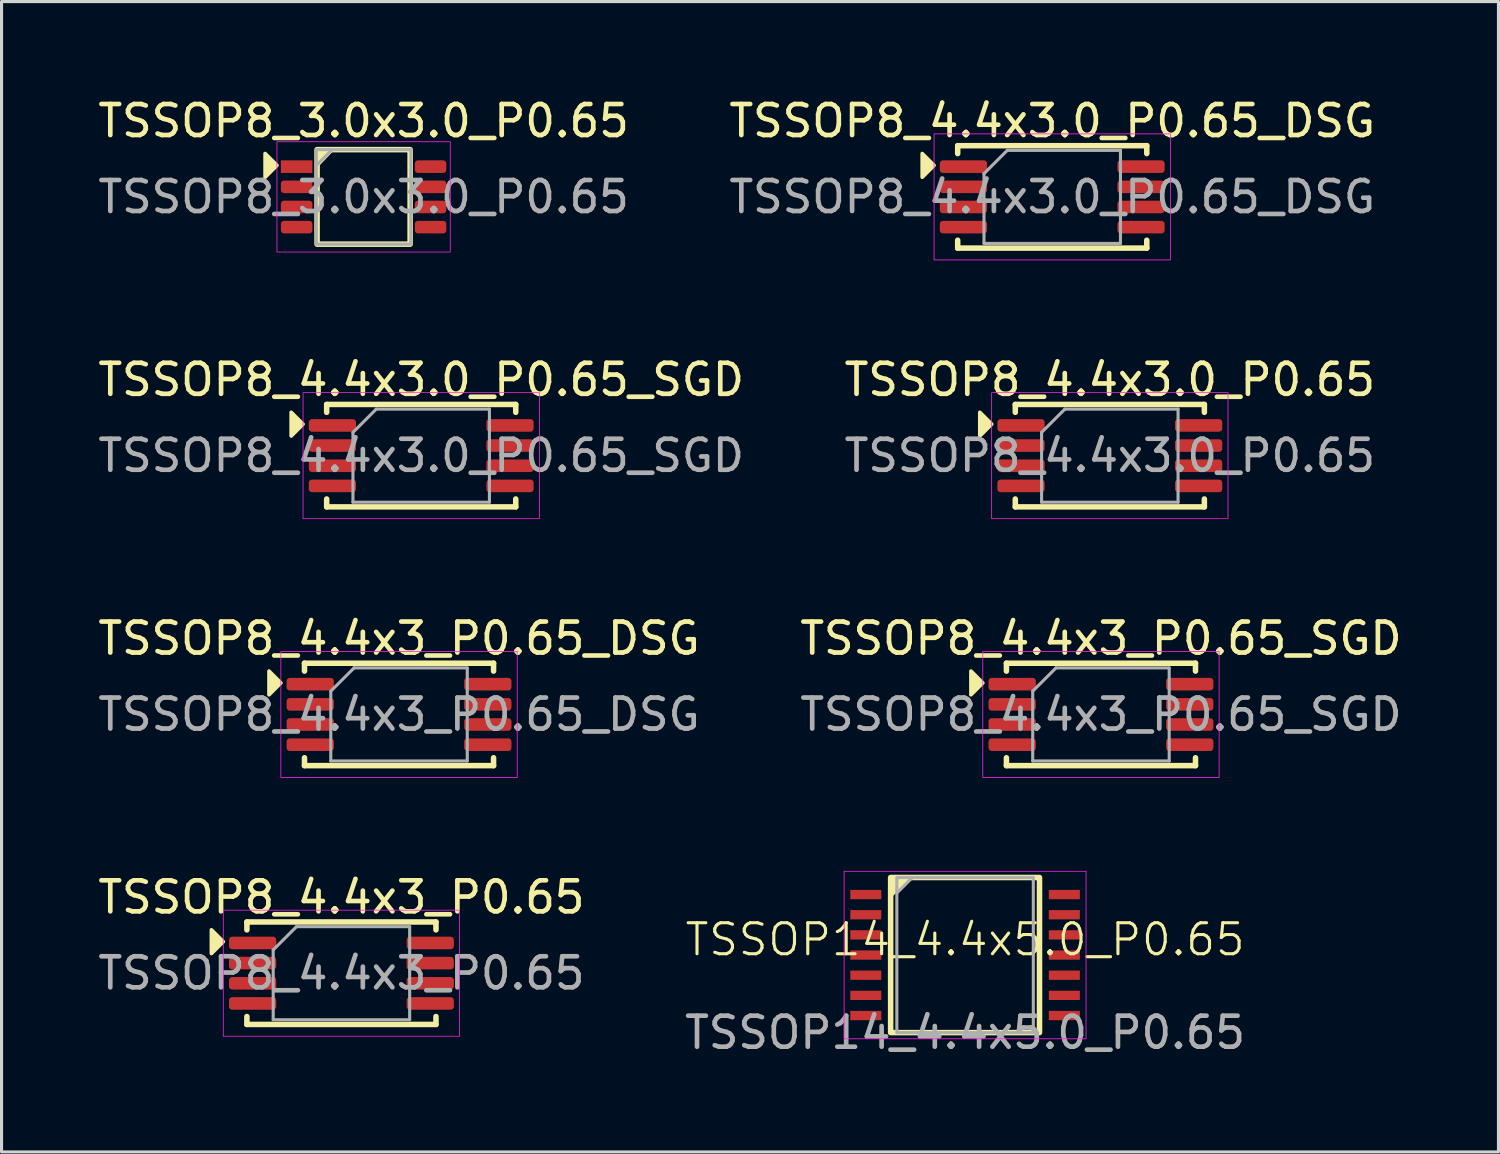
<source format=kicad_pcb>
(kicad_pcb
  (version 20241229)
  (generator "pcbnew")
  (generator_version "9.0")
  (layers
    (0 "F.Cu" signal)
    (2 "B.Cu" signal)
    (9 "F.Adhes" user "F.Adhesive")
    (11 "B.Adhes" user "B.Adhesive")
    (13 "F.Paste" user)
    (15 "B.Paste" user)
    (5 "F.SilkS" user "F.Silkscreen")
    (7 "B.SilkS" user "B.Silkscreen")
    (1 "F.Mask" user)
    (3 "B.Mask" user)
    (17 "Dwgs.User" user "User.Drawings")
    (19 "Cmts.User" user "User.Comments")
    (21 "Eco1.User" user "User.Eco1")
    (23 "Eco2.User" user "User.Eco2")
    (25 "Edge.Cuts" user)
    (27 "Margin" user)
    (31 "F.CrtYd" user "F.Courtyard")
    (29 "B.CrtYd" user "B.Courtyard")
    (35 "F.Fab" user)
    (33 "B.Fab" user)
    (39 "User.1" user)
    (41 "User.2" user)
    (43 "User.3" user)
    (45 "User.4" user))
  (footprint "TSSOP8_4.4x3_P0.65"
    (layer "F.Cu")
    (at 7.958 28.327)
    (property "Reference" "TSSOP8_4.4x3_P0.65" (at 0 -2.45 0) (layer "F.SilkS") (effects (font (size 1 1) (thickness 0.15))))
    (attr smd)
    (fp_line (start -3.048 -1.651) (end 3.048 -1.651) (stroke (width 0.178) (type solid)) (layer "F.SilkS"))
    (fp_line (start -3.048 -1.397) (end -3.048 -1.651) (stroke (width 0.178) (type solid)) (layer "F.SilkS"))
    (fp_line (start -3.048 1.651) (end -3.048 1.397) (stroke (width 0.178) (type solid)) (layer "F.SilkS"))
    (fp_line (start 3.048 -1.397) (end 3.048 -1.651) (stroke (width 0.178) (type solid)) (layer "F.SilkS"))
    (fp_line (start 3.048 1.397) (end 3.048 1.651) (stroke (width 0.178) (type solid)) (layer "F.SilkS"))
    (fp_line (start 3.048 1.651) (end -3.048 1.651) (stroke (width 0.178) (type solid)) (layer "F.SilkS"))
    (fp_poly (pts (xy -3.81 -1.016) (xy -4.191 -0.635) (xy -4.191 -1.397)) (stroke (width 0.12) (type solid)) (fill yes) (layer "F.SilkS"))
    (fp_rect (start -3.81 -2.032) (end 3.81 2.032) (stroke (width 0.025) (type solid)) (fill no) (layer "F.CrtYd"))
    (fp_line (start -2.2 -0.75) (end -1.45 -1.5) (stroke (width 0.1) (type solid)) (layer "F.Fab"))
    (fp_line (start -2.2 1.5) (end -2.2 -0.75) (stroke (width 0.1) (type solid)) (layer "F.Fab"))
    (fp_line (start -1.45 -1.5) (end 2.2 -1.5) (stroke (width 0.1) (type solid)) (layer "F.Fab"))
    (fp_line (start 2.2 -1.5) (end 2.2 1.5) (stroke (width 0.1) (type solid)) (layer "F.Fab"))
    (fp_line (start 2.2 1.5) (end -2.2 1.5) (stroke (width 0.1) (type solid)) (layer "F.Fab"))
    (fp_text user "${REFERENCE}" (at 0 0 0) (layer "F.Fab") (effects (font (size 1 1) (thickness 0.15))))
    (pad "1" smd roundrect (at -2.863 -0.975) (size 1.524 0.406) (layers "F.Cu" "F.Mask" "F.Paste") (roundrect_rratio 0.25))
    (pad "2" smd roundrect (at -2.863 -0.325) (size 1.524 0.406) (layers "F.Cu" "F.Mask" "F.Paste") (roundrect_rratio 0.25))
    (pad "3" smd roundrect (at -2.863 0.325) (size 1.524 0.406) (layers "F.Cu" "F.Mask" "F.Paste") (roundrect_rratio 0.25))
    (pad "4" smd roundrect (at -2.863 0.975) (size 1.524 0.406) (layers "F.Cu" "F.Mask" "F.Paste") (roundrect_rratio 0.25))
    (pad "5" smd roundrect (at 2.863 0.975) (size 1.524 0.406) (layers "F.Cu" "F.Mask" "F.Paste") (roundrect_rratio 0.25))
    (pad "6" smd roundrect (at 2.863 0.325) (size 1.524 0.406) (layers "F.Cu" "F.Mask" "F.Paste") (roundrect_rratio 0.25))
    (pad "7" smd roundrect (at 2.863 -0.325) (size 1.524 0.406) (layers "F.Cu" "F.Mask" "F.Paste") (roundrect_rratio 0.25))
    (pad "8" smd roundrect (at 2.863 -0.975) (size 1.524 0.406) (layers "F.Cu" "F.Mask" "F.Paste") (roundrect_rratio 0.25)))
  (footprint "TSSOP8_3.0x3.0_P0.65"
    (layer "F.Cu")
    (at 8.673 3.298)
    (property "Reference" "TSSOP8_3.0x3.0_P0.65" (at 0 -2.45 0) (layer "F.SilkS") (effects (font (size 1 1) (thickness 0.15))))
    (attr smd)
    (fp_rect (start -1.5 -1.524) (end 1.5 1.524) (stroke (width 0.178) (type solid)) (fill no) (layer "F.SilkS"))
    (fp_poly (pts (xy -2.794 -1.016) (xy -3.175 -0.635) (xy -3.175 -1.397)) (stroke (width 0.12) (type solid)) (fill yes) (layer "F.SilkS"))
    (fp_poly (pts (xy -1.5 -1.016) (xy -1.5 -1.524) (xy -1.016 -1.524)) (stroke (width 0.12) (type solid)) (fill yes) (layer "F.SilkS"))
    (fp_rect (start -2.794 -1.778) (end 2.794 1.778) (stroke (width 0.025) (type solid)) (fill no) (layer "F.CrtYd"))
    (fp_line (start -1.524 -1.016) (end -1.016 -1.524) (stroke (width 0.1) (type solid)) (layer "F.Fab"))
    (fp_rect (start -1.524 -1.524) (end 1.524 1.524) (stroke (width 0.1) (type solid)) (fill no) (layer "F.Fab"))
    (fp_text user "${REFERENCE}" (at 0 0 0) (layer "F.Fab") (effects (font (size 1 1) (thickness 0.15))))
    (pad "1" smd rect (at -2.159 -0.975) (size 1.016 0.406) (layers "F.Cu" "F.Mask" "F.Paste"))
    (pad "2" smd roundrect (at -2.159 -0.325) (size 1.016 0.406) (layers "F.Cu" "F.Mask" "F.Paste") (roundrect_rratio 0.25))
    (pad "3" smd roundrect (at -2.159 0.325) (size 1.016 0.406) (layers "F.Cu" "F.Mask" "F.Paste") (roundrect_rratio 0.25))
    (pad "4" smd roundrect (at -2.159 0.975) (size 1.016 0.406) (layers "F.Cu" "F.Mask" "F.Paste") (roundrect_rratio 0.25))
    (pad "5" smd roundrect (at 2.159 0.975) (size 1.016 0.406) (layers "F.Cu" "F.Mask" "F.Paste") (roundrect_rratio 0.25))
    (pad "6" smd roundrect (at 2.159 0.325) (size 1.016 0.406) (layers "F.Cu" "F.Mask" "F.Paste") (roundrect_rratio 0.25))
    (pad "7" smd roundrect (at 2.159 -0.325) (size 1.016 0.406) (layers "F.Cu" "F.Mask" "F.Paste") (roundrect_rratio 0.25))
    (pad "8" smd roundrect (at 2.159 -0.975) (size 1.016 0.406) (layers "F.Cu" "F.Mask" "F.Paste") (roundrect_rratio 0.25)))
  (footprint "TSSOP14_4.4x5.0_P0.65"
    (layer "F.Cu")
    (at 28.065 27.742)
    (property "Reference" "TSSOP14_4.4x5.0_P0.65" (at 0 -0.5 0) (unlocked yes) (layer "F.SilkS") (effects (font (size 1 1) (thickness 0.1))))
    (attr smd)
    (fp_rect (start -2.4 -2.5) (end 2.4 2.5) (stroke (width 0.178) (type default)) (fill no) (layer "F.SilkS"))
    (fp_poly (pts (xy -2.4 -2.5) (xy -2.4 -1.9) (xy -1.8 -2.5)) (stroke (width 0.1) (type solid)) (fill yes) (layer "F.SilkS"))
    (fp_rect (start -3.9 -2.7) (end 3.9 2.7) (stroke (width 0.025) (type default)) (fill no) (layer "F.CrtYd"))
    (fp_line (start -2.2 -2) (end -1.7 -2.5) (stroke (width 0.1) (type default)) (layer "F.Fab"))
    (fp_rect (start -2.2 -2.5) (end 2.2 2.5) (stroke (width 0.1) (type default)) (fill no) (layer "F.Fab"))
    (fp_text user "${REFERENCE}" (at 0 2.5 0) (unlocked yes) (layer "F.Fab") (effects (font (size 1 1) (thickness 0.15))))
    (pad "1" smd rect (at -3.2 -1.95) (size 1 0.3) (layers "F.Cu" "F.Mask" "F.Paste"))
    (pad "2" smd rect (at -3.2 -1.3) (size 1 0.3) (layers "F.Cu" "F.Mask" "F.Paste"))
    (pad "3" smd rect (at -3.2 -0.65) (size 1 0.3) (layers "F.Cu" "F.Mask" "F.Paste"))
    (pad "4" smd rect (at -3.2 0) (size 1 0.3) (layers "F.Cu" "F.Mask" "F.Paste"))
    (pad "5" smd rect (at -3.2 0.65) (size 1 0.3) (layers "F.Cu" "F.Mask" "F.Paste"))
    (pad "6" smd rect (at -3.2 1.3) (size 1 0.3) (layers "F.Cu" "F.Mask" "F.Paste"))
    (pad "7" smd rect (at -3.2 1.95) (size 1 0.3) (layers "F.Cu" "F.Mask" "F.Paste"))
    (pad "8" smd rect (at 3.2 1.95) (size 1 0.3) (layers "F.Cu" "F.Mask" "F.Paste"))
    (pad "9" smd rect (at 3.2 1.3) (size 1 0.3) (layers "F.Cu" "F.Mask" "F.Paste"))
    (pad "10" smd rect (at 3.2 0.65) (size 1 0.3) (layers "F.Cu" "F.Mask" "F.Paste"))
    (pad "11" smd rect (at 3.2 0) (size 1 0.3) (layers "F.Cu" "F.Mask" "F.Paste"))
    (pad "12" smd rect (at 3.2 -0.65) (size 1 0.3) (layers "F.Cu" "F.Mask" "F.Paste"))
    (pad "13" smd rect (at 3.2 -1.3) (size 1 0.3) (layers "F.Cu" "F.Mask" "F.Paste"))
    (pad "14" smd rect (at 3.2 -1.95) (size 1 0.3) (layers "F.Cu" "F.Mask" "F.Paste")))
  (footprint "TSSOP8_4.4x3.0_P0.65"
    (layer "F.Cu")
    (at 32.732 11.641)
    (property "Reference" "TSSOP8_4.4x3.0_P0.65" (at 0 -2.45 0) (layer "F.SilkS") (effects (font (size 1 1) (thickness 0.15))))
    (attr smd)
    (fp_line (start -3.048 -1.651) (end 3.048 -1.651) (stroke (width 0.178) (type solid)) (layer "F.SilkS"))
    (fp_line (start -3.048 -1.397) (end -3.048 -1.651) (stroke (width 0.178) (type solid)) (layer "F.SilkS"))
    (fp_line (start -3.048 1.651) (end -3.048 1.397) (stroke (width 0.178) (type solid)) (layer "F.SilkS"))
    (fp_line (start 3.048 -1.397) (end 3.048 -1.651) (stroke (width 0.178) (type solid)) (layer "F.SilkS"))
    (fp_line (start 3.048 1.397) (end 3.048 1.651) (stroke (width 0.178) (type solid)) (layer "F.SilkS"))
    (fp_line (start 3.048 1.651) (end -3.048 1.651) (stroke (width 0.178) (type solid)) (layer "F.SilkS"))
    (fp_poly (pts (xy -3.81 -1.016) (xy -4.191 -0.635) (xy -4.191 -1.397)) (stroke (width 0.12) (type solid)) (fill yes) (layer "F.SilkS"))
    (fp_rect (start -3.81 -2.032) (end 3.81 2.032) (stroke (width 0.025) (type solid)) (fill no) (layer "F.CrtYd"))
    (fp_line (start -2.2 -0.75) (end -1.45 -1.5) (stroke (width 0.1) (type solid)) (layer "F.Fab"))
    (fp_line (start -2.2 1.5) (end -2.2 -0.75) (stroke (width 0.1) (type solid)) (layer "F.Fab"))
    (fp_line (start -1.45 -1.5) (end 2.2 -1.5) (stroke (width 0.1) (type solid)) (layer "F.Fab"))
    (fp_line (start 2.2 -1.5) (end 2.2 1.5) (stroke (width 0.1) (type solid)) (layer "F.Fab"))
    (fp_line (start 2.2 1.5) (end -2.2 1.5) (stroke (width 0.1) (type solid)) (layer "F.Fab"))
    (fp_text user "${REFERENCE}" (at 0 0 0) (layer "F.Fab") (effects (font (size 1 1) (thickness 0.15))))
    (pad "1" smd roundrect (at -2.863 -0.975) (size 1.524 0.406) (layers "F.Cu" "F.Mask" "F.Paste") (roundrect_rratio 0.25))
    (pad "2" smd roundrect (at -2.863 -0.325) (size 1.524 0.406) (layers "F.Cu" "F.Mask" "F.Paste") (roundrect_rratio 0.25))
    (pad "3" smd roundrect (at -2.863 0.325) (size 1.524 0.406) (layers "F.Cu" "F.Mask" "F.Paste") (roundrect_rratio 0.25))
    (pad "4" smd roundrect (at -2.863 0.975) (size 1.524 0.406) (layers "F.Cu" "F.Mask" "F.Paste") (roundrect_rratio 0.25))
    (pad "5" smd roundrect (at 2.863 0.975) (size 1.524 0.406) (layers "F.Cu" "F.Mask" "F.Paste") (roundrect_rratio 0.25))
    (pad "6" smd roundrect (at 2.863 0.325) (size 1.524 0.406) (layers "F.Cu" "F.Mask" "F.Paste") (roundrect_rratio 0.25))
    (pad "7" smd roundrect (at 2.863 -0.325) (size 1.524 0.406) (layers "F.Cu" "F.Mask" "F.Paste") (roundrect_rratio 0.25))
    (pad "8" smd roundrect (at 2.863 -0.975) (size 1.524 0.406) (layers "F.Cu" "F.Mask" "F.Paste") (roundrect_rratio 0.25)))
  (footprint "TSSOP8_4.4x3.0_P0.65_SGD"
    (layer "F.Cu")
    (at 10.53 11.641)
    (property "Reference" "TSSOP8_4.4x3.0_P0.65_SGD" (at 0 -2.45 0) (layer "F.SilkS") (effects (font (size 1 1) (thickness 0.15))))
    (attr smd)
    (fp_line (start -3.048 -1.651) (end 3.048 -1.651) (stroke (width 0.178) (type solid)) (layer "F.SilkS"))
    (fp_line (start -3.048 -1.397) (end -3.048 -1.651) (stroke (width 0.178) (type solid)) (layer "F.SilkS"))
    (fp_line (start -3.048 1.651) (end -3.048 1.397) (stroke (width 0.178) (type solid)) (layer "F.SilkS"))
    (fp_line (start 3.048 -1.397) (end 3.048 -1.651) (stroke (width 0.178) (type solid)) (layer "F.SilkS"))
    (fp_line (start 3.048 1.397) (end 3.048 1.651) (stroke (width 0.178) (type solid)) (layer "F.SilkS"))
    (fp_line (start 3.048 1.651) (end -3.048 1.651) (stroke (width 0.178) (type solid)) (layer "F.SilkS"))
    (fp_poly (pts (xy -3.81 -1.016) (xy -4.191 -0.635) (xy -4.191 -1.397)) (stroke (width 0.12) (type solid)) (fill yes) (layer "F.SilkS"))
    (fp_rect (start -3.81 -2.032) (end 3.81 2.032) (stroke (width 0.025) (type solid)) (fill no) (layer "F.CrtYd"))
    (fp_line (start -2.2 -0.75) (end -1.45 -1.5) (stroke (width 0.1) (type solid)) (layer "F.Fab"))
    (fp_line (start -2.2 1.5) (end -2.2 -0.75) (stroke (width 0.1) (type solid)) (layer "F.Fab"))
    (fp_line (start -1.45 -1.5) (end 2.2 -1.5) (stroke (width 0.1) (type solid)) (layer "F.Fab"))
    (fp_line (start 2.2 -1.5) (end 2.2 1.5) (stroke (width 0.1) (type solid)) (layer "F.Fab"))
    (fp_line (start 2.2 1.5) (end -2.2 1.5) (stroke (width 0.1) (type solid)) (layer "F.Fab"))
    (fp_text user "${REFERENCE}" (at 0 0 0) (layer "F.Fab") (effects (font (size 1 1) (thickness 0.15))))
    (pad "D1" smd roundrect (at -2.863 -0.975) (size 1.524 0.406) (layers "F.Cu" "F.Mask" "F.Paste") (roundrect_rratio 0.25))
    (pad "D2" smd roundrect (at 2.863 -0.975) (size 1.524 0.406) (layers "F.Cu" "F.Mask" "F.Paste") (roundrect_rratio 0.25))
    (pad "G1" smd roundrect (at -2.863 0.975) (size 1.524 0.406) (layers "F.Cu" "F.Mask" "F.Paste") (roundrect_rratio 0.25))
    (pad "G2" smd roundrect (at 2.863 0.975) (size 1.524 0.406) (layers "F.Cu" "F.Mask" "F.Paste") (roundrect_rratio 0.25))
    (pad "S1" smd roundrect (at -2.863 -0.325) (size 1.524 0.406) (layers "F.Cu" "F.Mask" "F.Paste") (roundrect_rratio 0.25))
    (pad "S1" smd roundrect (at -2.863 0.325) (size 1.524 0.406) (layers "F.Cu" "F.Mask" "F.Paste") (roundrect_rratio 0.25))
    (pad "S2" smd roundrect (at 2.863 -0.325) (size 1.524 0.406) (layers "F.Cu" "F.Mask" "F.Paste") (roundrect_rratio 0.25))
    (pad "S2" smd roundrect (at 2.863 0.325) (size 1.524 0.406) (layers "F.Cu" "F.Mask" "F.Paste") (roundrect_rratio 0.25)))
  (footprint "TSSOP8_4.4x3_P0.65_DSG"
    (layer "F.Cu")
    (at 9.815 19.984)
    (property "Reference" "TSSOP8_4.4x3_P0.65_DSG" (at 0 -2.45 0) (layer "F.SilkS") (effects (font (size 1 1) (thickness 0.15))))
    (attr smd)
    (fp_line (start -3.048 -1.651) (end 3.048 -1.651) (stroke (width 0.178) (type solid)) (layer "F.SilkS"))
    (fp_line (start -3.048 -1.397) (end -3.048 -1.651) (stroke (width 0.178) (type solid)) (layer "F.SilkS"))
    (fp_line (start -3.048 1.651) (end -3.048 1.397) (stroke (width 0.178) (type solid)) (layer "F.SilkS"))
    (fp_line (start 3.048 -1.397) (end 3.048 -1.651) (stroke (width 0.178) (type solid)) (layer "F.SilkS"))
    (fp_line (start 3.048 1.397) (end 3.048 1.651) (stroke (width 0.178) (type solid)) (layer "F.SilkS"))
    (fp_line (start 3.048 1.651) (end -3.048 1.651) (stroke (width 0.178) (type solid)) (layer "F.SilkS"))
    (fp_poly (pts (xy -3.81 -1.016) (xy -4.191 -0.635) (xy -4.191 -1.397)) (stroke (width 0.12) (type solid)) (fill yes) (layer "F.SilkS"))
    (fp_rect (start -3.81 -2.032) (end 3.81 2.032) (stroke (width 0.025) (type solid)) (fill no) (layer "F.CrtYd"))
    (fp_line (start -2.2 -0.75) (end -1.45 -1.5) (stroke (width 0.1) (type solid)) (layer "F.Fab"))
    (fp_line (start -2.2 1.5) (end -2.2 -0.75) (stroke (width 0.1) (type solid)) (layer "F.Fab"))
    (fp_line (start -1.45 -1.5) (end 2.2 -1.5) (stroke (width 0.1) (type solid)) (layer "F.Fab"))
    (fp_line (start 2.2 -1.5) (end 2.2 1.5) (stroke (width 0.1) (type solid)) (layer "F.Fab"))
    (fp_line (start 2.2 1.5) (end -2.2 1.5) (stroke (width 0.1) (type solid)) (layer "F.Fab"))
    (fp_text user "${REFERENCE}" (at 0 0 0) (layer "F.Fab") (effects (font (size 1 1) (thickness 0.15))))
    (pad "D1" smd roundrect (at -2.863 -0.975) (size 1.524 0.406) (layers "F.Cu" "F.Mask" "F.Paste") (roundrect_rratio 0.25))
    (pad "D2" smd roundrect (at 2.863 -0.975) (size 1.524 0.406) (layers "F.Cu" "F.Mask" "F.Paste") (roundrect_rratio 0.25))
    (pad "G1" smd roundrect (at -2.863 0.975) (size 1.524 0.406) (layers "F.Cu" "F.Mask" "F.Paste") (roundrect_rratio 0.25))
    (pad "G2" smd roundrect (at 2.863 0.975) (size 1.524 0.406) (layers "F.Cu" "F.Mask" "F.Paste") (roundrect_rratio 0.25))
    (pad "S1" smd roundrect (at -2.863 -0.325) (size 1.524 0.406) (layers "F.Cu" "F.Mask" "F.Paste") (roundrect_rratio 0.25))
    (pad "S1" smd roundrect (at -2.863 0.325) (size 1.524 0.406) (layers "F.Cu" "F.Mask" "F.Paste") (roundrect_rratio 0.25))
    (pad "S2" smd roundrect (at 2.863 -0.325) (size 1.524 0.406) (layers "F.Cu" "F.Mask" "F.Paste") (roundrect_rratio 0.25))
    (pad "S2" smd roundrect (at 2.863 0.325) (size 1.524 0.406) (layers "F.Cu" "F.Mask" "F.Paste") (roundrect_rratio 0.25)))
  (footprint "TSSOP8_4.4x3.0_P0.65_DSG"
    (layer "F.Cu")
    (at 30.875 3.298)
    (property "Reference" "TSSOP8_4.4x3.0_P0.65_DSG" (at 0 -2.45 0) (layer "F.SilkS") (effects (font (size 1 1) (thickness 0.15))))
    (attr smd)
    (fp_line (start -3.048 -1.651) (end 3.048 -1.651) (stroke (width 0.178) (type solid)) (layer "F.SilkS"))
    (fp_line (start -3.048 -1.397) (end -3.048 -1.651) (stroke (width 0.178) (type solid)) (layer "F.SilkS"))
    (fp_line (start -3.048 1.651) (end -3.048 1.397) (stroke (width 0.178) (type solid)) (layer "F.SilkS"))
    (fp_line (start 3.048 -1.397) (end 3.048 -1.651) (stroke (width 0.178) (type solid)) (layer "F.SilkS"))
    (fp_line (start 3.048 1.397) (end 3.048 1.651) (stroke (width 0.178) (type solid)) (layer "F.SilkS"))
    (fp_line (start 3.048 1.651) (end -3.048 1.651) (stroke (width 0.178) (type solid)) (layer "F.SilkS"))
    (fp_poly (pts (xy -3.81 -1.016) (xy -4.191 -0.635) (xy -4.191 -1.397)) (stroke (width 0.12) (type solid)) (fill yes) (layer "F.SilkS"))
    (fp_rect (start -3.81 -2.032) (end 3.81 2.032) (stroke (width 0.025) (type solid)) (fill no) (layer "F.CrtYd"))
    (fp_line (start -2.2 -0.75) (end -1.45 -1.5) (stroke (width 0.1) (type solid)) (layer "F.Fab"))
    (fp_line (start -2.2 1.5) (end -2.2 -0.75) (stroke (width 0.1) (type solid)) (layer "F.Fab"))
    (fp_line (start -1.45 -1.5) (end 2.2 -1.5) (stroke (width 0.1) (type solid)) (layer "F.Fab"))
    (fp_line (start 2.2 -1.5) (end 2.2 1.5) (stroke (width 0.1) (type solid)) (layer "F.Fab"))
    (fp_line (start 2.2 1.5) (end -2.2 1.5) (stroke (width 0.1) (type solid)) (layer "F.Fab"))
    (fp_text user "${REFERENCE}" (at 0 0 0) (layer "F.Fab") (effects (font (size 1 1) (thickness 0.15))))
    (pad "D1" smd roundrect (at -2.863 -0.975) (size 1.524 0.406) (layers "F.Cu" "F.Mask" "F.Paste") (roundrect_rratio 0.25))
    (pad "D2" smd roundrect (at 2.863 -0.975) (size 1.524 0.406) (layers "F.Cu" "F.Mask" "F.Paste") (roundrect_rratio 0.25))
    (pad "G1" smd roundrect (at -2.863 0.975) (size 1.524 0.406) (layers "F.Cu" "F.Mask" "F.Paste") (roundrect_rratio 0.25))
    (pad "G2" smd roundrect (at 2.863 0.975) (size 1.524 0.406) (layers "F.Cu" "F.Mask" "F.Paste") (roundrect_rratio 0.25))
    (pad "S1" smd roundrect (at -2.863 -0.325) (size 1.524 0.406) (layers "F.Cu" "F.Mask" "F.Paste") (roundrect_rratio 0.25))
    (pad "S1" smd roundrect (at -2.863 0.325) (size 1.524 0.406) (layers "F.Cu" "F.Mask" "F.Paste") (roundrect_rratio 0.25))
    (pad "S2" smd roundrect (at 2.863 -0.325) (size 1.524 0.406) (layers "F.Cu" "F.Mask" "F.Paste") (roundrect_rratio 0.25))
    (pad "S2" smd roundrect (at 2.863 0.325) (size 1.524 0.406) (layers "F.Cu" "F.Mask" "F.Paste") (roundrect_rratio 0.25)))
  (footprint "TSSOP8_4.4x3_P0.65_SGD"
    (layer "F.Cu")
    (at 32.446 19.984)
    (property "Reference" "TSSOP8_4.4x3_P0.65_SGD" (at 0 -2.45 0) (layer "F.SilkS") (effects (font (size 1 1) (thickness 0.15))))
    (attr smd)
    (fp_line (start -3.048 -1.651) (end 3.048 -1.651) (stroke (width 0.178) (type solid)) (layer "F.SilkS"))
    (fp_line (start -3.048 -1.397) (end -3.048 -1.651) (stroke (width 0.178) (type solid)) (layer "F.SilkS"))
    (fp_line (start -3.048 1.651) (end -3.048 1.397) (stroke (width 0.178) (type solid)) (layer "F.SilkS"))
    (fp_line (start 3.048 -1.397) (end 3.048 -1.651) (stroke (width 0.178) (type solid)) (layer "F.SilkS"))
    (fp_line (start 3.048 1.397) (end 3.048 1.651) (stroke (width 0.178) (type solid)) (layer "F.SilkS"))
    (fp_line (start 3.048 1.651) (end -3.048 1.651) (stroke (width 0.178) (type solid)) (layer "F.SilkS"))
    (fp_poly (pts (xy -3.81 -1.016) (xy -4.191 -0.635) (xy -4.191 -1.397)) (stroke (width 0.12) (type solid)) (fill yes) (layer "F.SilkS"))
    (fp_rect (start -3.81 -2.032) (end 3.81 2.032) (stroke (width 0.025) (type solid)) (fill no) (layer "F.CrtYd"))
    (fp_line (start -2.2 -0.75) (end -1.45 -1.5) (stroke (width 0.1) (type solid)) (layer "F.Fab"))
    (fp_line (start -2.2 1.5) (end -2.2 -0.75) (stroke (width 0.1) (type solid)) (layer "F.Fab"))
    (fp_line (start -1.45 -1.5) (end 2.2 -1.5) (stroke (width 0.1) (type solid)) (layer "F.Fab"))
    (fp_line (start 2.2 -1.5) (end 2.2 1.5) (stroke (width 0.1) (type solid)) (layer "F.Fab"))
    (fp_line (start 2.2 1.5) (end -2.2 1.5) (stroke (width 0.1) (type solid)) (layer "F.Fab"))
    (fp_text user "${REFERENCE}" (at 0 0 0) (layer "F.Fab") (effects (font (size 1 1) (thickness 0.15))))
    (pad "D1" smd roundrect (at -2.863 -0.975) (size 1.524 0.406) (layers "F.Cu" "F.Mask" "F.Paste") (roundrect_rratio 0.25))
    (pad "D2" smd roundrect (at 2.863 -0.975) (size 1.524 0.406) (layers "F.Cu" "F.Mask" "F.Paste") (roundrect_rratio 0.25))
    (pad "G1" smd roundrect (at -2.863 0.975) (size 1.524 0.406) (layers "F.Cu" "F.Mask" "F.Paste") (roundrect_rratio 0.25))
    (pad "G2" smd roundrect (at 2.863 0.975) (size 1.524 0.406) (layers "F.Cu" "F.Mask" "F.Paste") (roundrect_rratio 0.25))
    (pad "S1" smd roundrect (at -2.863 -0.325) (size 1.524 0.406) (layers "F.Cu" "F.Mask" "F.Paste") (roundrect_rratio 0.25))
    (pad "S1" smd roundrect (at -2.863 0.325) (size 1.524 0.406) (layers "F.Cu" "F.Mask" "F.Paste") (roundrect_rratio 0.25))
    (pad "S2" smd roundrect (at 2.863 -0.325) (size 1.524 0.406) (layers "F.Cu" "F.Mask" "F.Paste") (roundrect_rratio 0.25))
    (pad "S2" smd roundrect (at 2.863 0.325) (size 1.524 0.406) (layers "F.Cu" "F.Mask" "F.Paste") (roundrect_rratio 0.25)))
  (gr_rect
    (start -3 -3)
    (end 45.262 34.09)
    (stroke (width 0.1) (type default))
    (fill no)
    (layer "Edge.Cuts")))
</source>
